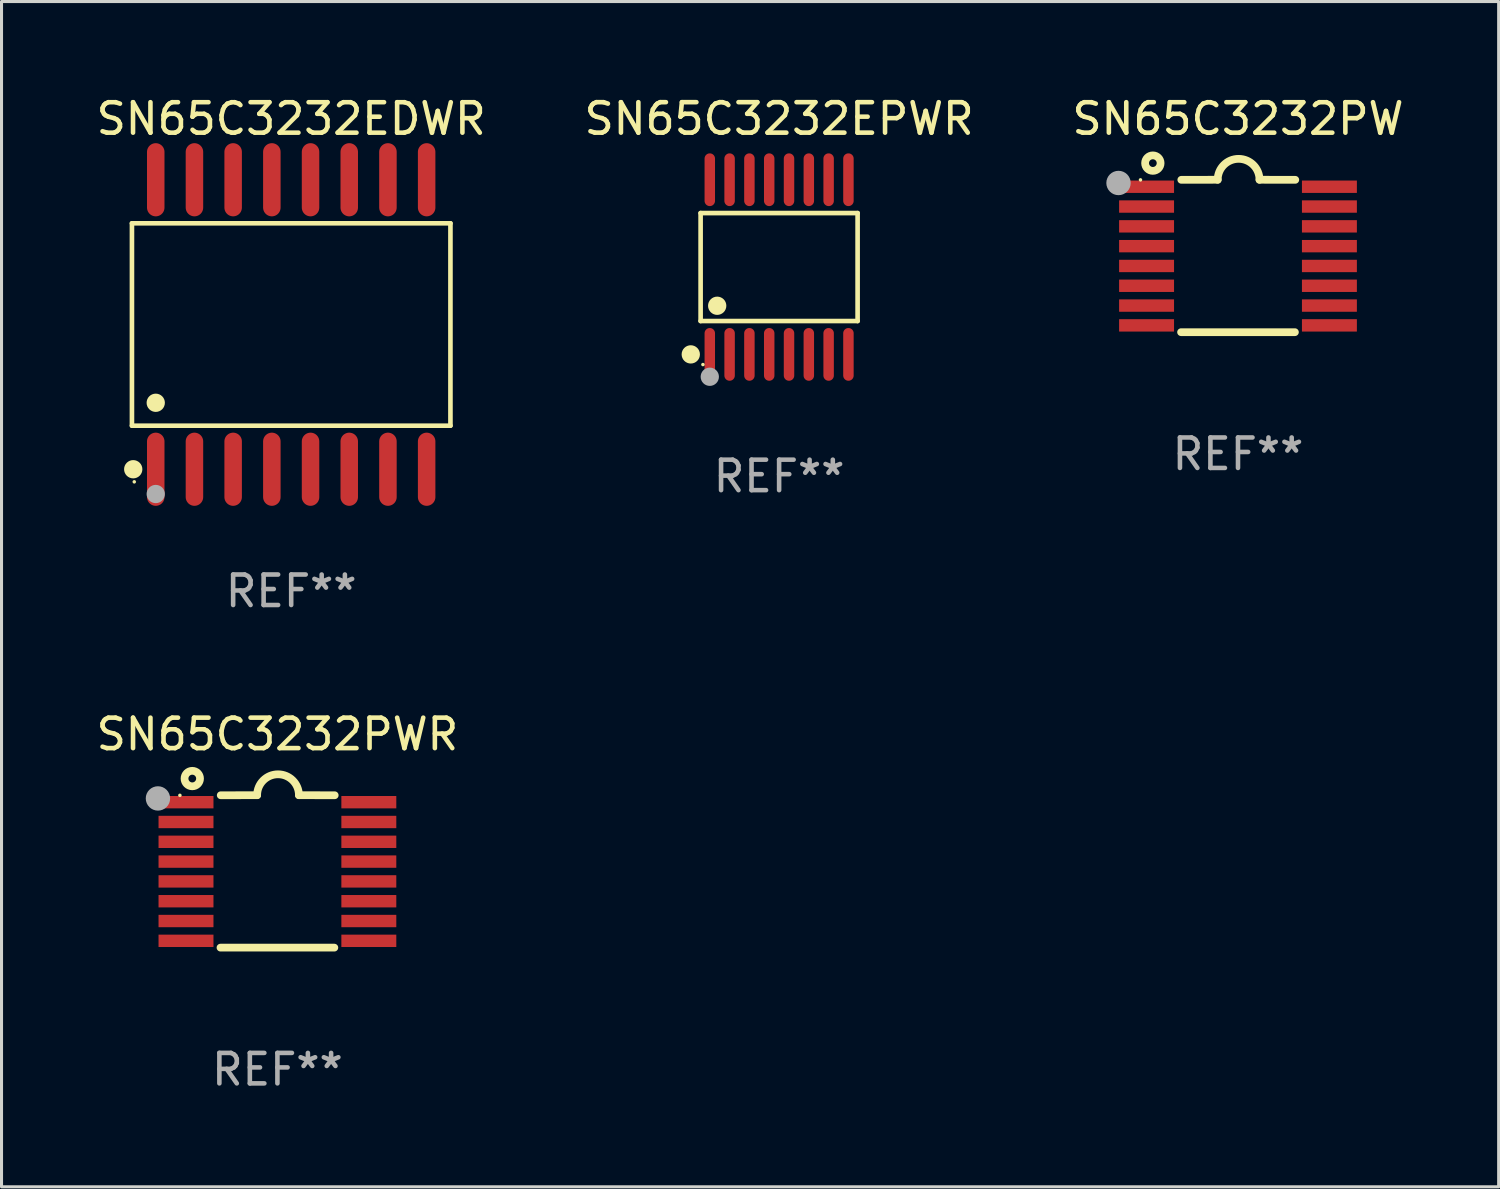
<source format=kicad_pcb>
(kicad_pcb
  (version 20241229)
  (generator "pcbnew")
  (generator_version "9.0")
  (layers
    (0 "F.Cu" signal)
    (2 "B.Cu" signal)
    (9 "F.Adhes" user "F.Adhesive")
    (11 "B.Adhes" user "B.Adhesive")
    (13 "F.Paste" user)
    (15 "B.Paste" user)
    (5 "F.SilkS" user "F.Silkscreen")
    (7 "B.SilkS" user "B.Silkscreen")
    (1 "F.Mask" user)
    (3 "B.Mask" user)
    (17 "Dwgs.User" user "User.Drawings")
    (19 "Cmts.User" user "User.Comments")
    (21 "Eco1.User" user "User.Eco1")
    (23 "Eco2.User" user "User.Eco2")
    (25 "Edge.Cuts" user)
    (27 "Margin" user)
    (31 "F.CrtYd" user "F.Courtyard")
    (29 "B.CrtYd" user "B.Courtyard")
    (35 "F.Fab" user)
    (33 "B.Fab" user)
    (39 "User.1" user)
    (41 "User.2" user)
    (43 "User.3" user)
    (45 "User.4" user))
  (footprint "SN65C3232PWR"
    (layer "F.Cu")
    (at 6.054 25.547)
    (property "Reference" "SN65C3232PWR" (at 0 -4.501 0) (layer "F.SilkS") (effects (font (size 1 1) (thickness 0.15))))
    (attr through_hole)
    (fp_line (start -1.868 2.501) (end 1.868 2.501) (stroke (width 0.254) (type solid)) (layer "F.SilkS"))
    (fp_line (start -1.86 -2.499) (end -0.666 -2.501) (stroke (width 0.254) (type solid)) (layer "F.SilkS"))
    (fp_line (start 0.706 -2.501) (end 1.88 -2.499) (stroke (width 0.254) (type solid)) (layer "F.SilkS"))
    (fp_arc (start -0.665914 -2.501448) (mid 0.019888 -3.18725) (end 0.70569 -2.501448) (stroke (width 0.254001) (type solid)) (layer "F.SilkS"))
    (fp_circle (center -3.2 -2.497) (end -3.17 -2.497) (stroke (width 0.06) (type solid)) (fill no) (layer "F.SilkS"))
    (fp_circle (center -2.794 -3.047) (end -2.54 -3.047) (stroke (width 0.254) (type solid)) (fill no) (layer "F.SilkS"))
    (fp_circle (center -3.921 -2.395) (end -3.721 -2.395) (stroke (width 0.4) (type solid)) (fill no) (layer "F.Fab"))
    (fp_text user "REF**" (at 0 6.501 0) (layer "F.Fab") (effects (font (size 1 1) (thickness 0.15))))
    (pad "1" smd rect (at -3 -2.272) (size 1.803 0.406) (layers "F.Cu" "F.Mask" "F.Paste"))
    (pad "2" smd rect (at -3 -1.622) (size 1.803 0.406) (layers "F.Cu" "F.Mask" "F.Paste"))
    (pad "3" smd rect (at -3 -0.972) (size 1.803 0.406) (layers "F.Cu" "F.Mask" "F.Paste"))
    (pad "4" smd rect (at -3 -0.322) (size 1.803 0.406) (layers "F.Cu" "F.Mask" "F.Paste"))
    (pad "5" smd rect (at -3 0.328) (size 1.803 0.406) (layers "F.Cu" "F.Mask" "F.Paste"))
    (pad "6" smd rect (at -3 0.978) (size 1.803 0.406) (layers "F.Cu" "F.Mask" "F.Paste"))
    (pad "7" smd rect (at -3 1.628) (size 1.803 0.406) (layers "F.Cu" "F.Mask" "F.Paste"))
    (pad "8" smd rect (at -3 2.278) (size 1.803 0.406) (layers "F.Cu" "F.Mask" "F.Paste"))
    (pad "9" smd rect (at 3 2.278) (size 1.803 0.406) (layers "F.Cu" "F.Mask" "F.Paste"))
    (pad "10" smd rect (at 3 1.628) (size 1.803 0.406) (layers "F.Cu" "F.Mask" "F.Paste"))
    (pad "11" smd rect (at 3 0.978) (size 1.803 0.406) (layers "F.Cu" "F.Mask" "F.Paste"))
    (pad "12" smd rect (at 3 0.328) (size 1.803 0.406) (layers "F.Cu" "F.Mask" "F.Paste"))
    (pad "13" smd rect (at 3 -0.322) (size 1.803 0.406) (layers "F.Cu" "F.Mask" "F.Paste"))
    (pad "14" smd rect (at 3 -0.972) (size 1.803 0.406) (layers "F.Cu" "F.Mask" "F.Paste"))
    (pad "15" smd rect (at 3 -1.622) (size 1.803 0.406) (layers "F.Cu" "F.Mask" "F.Paste"))
    (pad "16" smd rect (at 3 -2.272) (size 1.803 0.406) (layers "F.Cu" "F.Mask" "F.Paste")))
  (footprint "SN65C3232EPWR"
    (layer "F.Cu")
    (at 22.518 5.714)
    (property "Reference" "SN65C3232EPWR" (at 0 -4.866 0) (layer "F.SilkS") (effects (font (size 1 1) (thickness 0.15))))
    (attr through_hole)
    (fp_line (start -2.576 -1.772) (end 2.576 -1.772) (stroke (width 0.152) (type solid)) (layer "F.SilkS"))
    (fp_line (start -2.576 1.771) (end -2.576 -1.772) (stroke (width 0.152) (type solid)) (layer "F.SilkS"))
    (fp_line (start 2.576 -1.772) (end 2.576 1.771) (stroke (width 0.152) (type solid)) (layer "F.SilkS"))
    (fp_line (start 2.576 1.771) (end -2.576 1.771) (stroke (width 0.152) (type solid)) (layer "F.SilkS"))
    (fp_circle (center -2.899 2.866) (end -2.749 2.866) (stroke (width 0.3) (type solid)) (fill no) (layer "F.SilkS"))
    (fp_circle (center -2.5 3.2) (end -2.47 3.2) (stroke (width 0.06) (type solid)) (fill no) (layer "F.SilkS"))
    (fp_circle (center -2.032 1.27) (end -1.882 1.27) (stroke (width 0.3) (type solid)) (fill no) (layer "F.SilkS"))
    (fp_circle (center -2.275 3.6) (end -2.125 3.6) (stroke (width 0.3) (type solid)) (fill no) (layer "F.Fab"))
    (fp_text user "REF**" (at 0 6.866 0) (layer "F.Fab") (effects (font (size 1 1) (thickness 0.15))))
    (pad "1" smd oval (at -2.275 2.866) (size 0.343 1.731) (layers "F.Cu" "F.Mask" "F.Paste"))
    (pad "2" smd oval (at -1.625 2.866) (size 0.343 1.731) (layers "F.Cu" "F.Mask" "F.Paste"))
    (pad "3" smd oval (at -0.975 2.866) (size 0.343 1.731) (layers "F.Cu" "F.Mask" "F.Paste"))
    (pad "4" smd oval (at -0.325 2.866) (size 0.343 1.731) (layers "F.Cu" "F.Mask" "F.Paste"))
    (pad "5" smd oval (at 0.325 2.866) (size 0.343 1.731) (layers "F.Cu" "F.Mask" "F.Paste"))
    (pad "6" smd oval (at 0.975 2.866) (size 0.343 1.731) (layers "F.Cu" "F.Mask" "F.Paste"))
    (pad "7" smd oval (at 1.625 2.866) (size 0.343 1.731) (layers "F.Cu" "F.Mask" "F.Paste"))
    (pad "8" smd oval (at 2.275 2.866) (size 0.343 1.731) (layers "F.Cu" "F.Mask" "F.Paste"))
    (pad "9" smd oval (at 2.275 -2.866) (size 0.343 1.731) (layers "F.Cu" "F.Mask" "F.Paste"))
    (pad "10" smd oval (at 1.625 -2.866) (size 0.343 1.731) (layers "F.Cu" "F.Mask" "F.Paste"))
    (pad "11" smd oval (at 0.975 -2.866) (size 0.343 1.731) (layers "F.Cu" "F.Mask" "F.Paste"))
    (pad "12" smd oval (at 0.325 -2.866) (size 0.343 1.731) (layers "F.Cu" "F.Mask" "F.Paste"))
    (pad "13" smd oval (at -0.325 -2.866) (size 0.343 1.731) (layers "F.Cu" "F.Mask" "F.Paste"))
    (pad "14" smd oval (at -0.975 -2.866) (size 0.343 1.731) (layers "F.Cu" "F.Mask" "F.Paste"))
    (pad "15" smd oval (at -1.625 -2.866) (size 0.343 1.731) (layers "F.Cu" "F.Mask" "F.Paste"))
    (pad "16" smd oval (at -2.275 -2.866) (size 0.343 1.731) (layers "F.Cu" "F.Mask" "F.Paste")))
  (footprint "SN65C3232EDWR"
    (layer "F.Cu")
    (at 6.506 7.599)
    (property "Reference" "SN65C3232EDWR" (at 0 -6.75 0) (layer "F.SilkS") (effects (font (size 1 1) (thickness 0.15))))
    (attr through_hole)
    (fp_line (start -5.226 -3.321) (end 5.226 -3.321) (stroke (width 0.152) (type solid)) (layer "F.SilkS"))
    (fp_line (start -5.226 3.321) (end -5.226 -3.321) (stroke (width 0.152) (type solid)) (layer "F.SilkS"))
    (fp_line (start 5.226 -3.321) (end 5.226 3.321) (stroke (width 0.152) (type solid)) (layer "F.SilkS"))
    (fp_line (start 5.226 3.321) (end -5.226 3.321) (stroke (width 0.152) (type solid)) (layer "F.SilkS"))
    (fp_circle (center -5.184 4.75) (end -5.034 4.75) (stroke (width 0.3) (type solid)) (fill no) (layer "F.SilkS"))
    (fp_circle (center -5.15 5.163) (end -5.12 5.163) (stroke (width 0.06) (type solid)) (fill no) (layer "F.SilkS"))
    (fp_circle (center -4.445 2.569) (end -4.295 2.569) (stroke (width 0.3) (type solid)) (fill no) (layer "F.SilkS"))
    (fp_circle (center -4.445 5.563) (end -4.295 5.563) (stroke (width 0.3) (type solid)) (fill no) (layer "F.Fab"))
    (fp_text user "REF**" (at 0 8.75 0) (layer "F.Fab") (effects (font (size 1 1) (thickness 0.15))))
    (pad "1" smd oval (at -4.445 4.75) (size 0.574 2.401) (layers "F.Cu" "F.Mask" "F.Paste"))
    (pad "2" smd oval (at -3.175 4.75) (size 0.574 2.401) (layers "F.Cu" "F.Mask" "F.Paste"))
    (pad "3" smd oval (at -1.905 4.75) (size 0.574 2.401) (layers "F.Cu" "F.Mask" "F.Paste"))
    (pad "4" smd oval (at -0.635 4.75) (size 0.574 2.401) (layers "F.Cu" "F.Mask" "F.Paste"))
    (pad "5" smd oval (at 0.635 4.75) (size 0.574 2.401) (layers "F.Cu" "F.Mask" "F.Paste"))
    (pad "6" smd oval (at 1.905 4.75) (size 0.574 2.401) (layers "F.Cu" "F.Mask" "F.Paste"))
    (pad "7" smd oval (at 3.175 4.75) (size 0.574 2.401) (layers "F.Cu" "F.Mask" "F.Paste"))
    (pad "8" smd oval (at 4.445 4.75) (size 0.574 2.401) (layers "F.Cu" "F.Mask" "F.Paste"))
    (pad "9" smd oval (at 4.445 -4.75) (size 0.574 2.401) (layers "F.Cu" "F.Mask" "F.Paste"))
    (pad "10" smd oval (at 3.175 -4.75) (size 0.574 2.401) (layers "F.Cu" "F.Mask" "F.Paste"))
    (pad "11" smd oval (at 1.905 -4.75) (size 0.574 2.401) (layers "F.Cu" "F.Mask" "F.Paste"))
    (pad "12" smd oval (at 0.635 -4.75) (size 0.574 2.401) (layers "F.Cu" "F.Mask" "F.Paste"))
    (pad "13" smd oval (at -0.635 -4.75) (size 0.574 2.401) (layers "F.Cu" "F.Mask" "F.Paste"))
    (pad "14" smd oval (at -1.905 -4.75) (size 0.574 2.401) (layers "F.Cu" "F.Mask" "F.Paste"))
    (pad "15" smd oval (at -3.175 -4.75) (size 0.574 2.401) (layers "F.Cu" "F.Mask" "F.Paste"))
    (pad "16" smd oval (at -4.445 -4.75) (size 0.574 2.401) (layers "F.Cu" "F.Mask" "F.Paste")))
  (footprint "SN65C3232PW"
    (layer "F.Cu")
    (at 37.577 5.35)
    (property "Reference" "SN65C3232PW" (at 0 -4.501 0) (layer "F.SilkS") (effects (font (size 1 1) (thickness 0.15))))
    (attr through_hole)
    (fp_line (start -1.868 2.501) (end 1.868 2.501) (stroke (width 0.254) (type solid)) (layer "F.SilkS"))
    (fp_line (start -1.86 -2.499) (end -0.666 -2.501) (stroke (width 0.254) (type solid)) (layer "F.SilkS"))
    (fp_line (start 0.706 -2.501) (end 1.88 -2.499) (stroke (width 0.254) (type solid)) (layer "F.SilkS"))
    (fp_arc (start -0.665914 -2.501448) (mid 0.019888 -3.18725) (end 0.70569 -2.501448) (stroke (width 0.254001) (type solid)) (layer "F.SilkS"))
    (fp_circle (center -3.2 -2.497) (end -3.17 -2.497) (stroke (width 0.06) (type solid)) (fill no) (layer "F.SilkS"))
    (fp_circle (center -2.794 -3.047) (end -2.54 -3.047) (stroke (width 0.254) (type solid)) (fill no) (layer "F.SilkS"))
    (fp_circle (center -3.921 -2.395) (end -3.721 -2.395) (stroke (width 0.4) (type solid)) (fill no) (layer "F.Fab"))
    (fp_text user "REF**" (at 0 6.501 0) (layer "F.Fab") (effects (font (size 1 1) (thickness 0.15))))
    (pad "1" smd rect (at -3 -2.272) (size 1.803 0.406) (layers "F.Cu" "F.Mask" "F.Paste"))
    (pad "2" smd rect (at -3 -1.622) (size 1.803 0.406) (layers "F.Cu" "F.Mask" "F.Paste"))
    (pad "3" smd rect (at -3 -0.972) (size 1.803 0.406) (layers "F.Cu" "F.Mask" "F.Paste"))
    (pad "4" smd rect (at -3 -0.322) (size 1.803 0.406) (layers "F.Cu" "F.Mask" "F.Paste"))
    (pad "5" smd rect (at -3 0.328) (size 1.803 0.406) (layers "F.Cu" "F.Mask" "F.Paste"))
    (pad "6" smd rect (at -3 0.978) (size 1.803 0.406) (layers "F.Cu" "F.Mask" "F.Paste"))
    (pad "7" smd rect (at -3 1.628) (size 1.803 0.406) (layers "F.Cu" "F.Mask" "F.Paste"))
    (pad "8" smd rect (at -3 2.278) (size 1.803 0.406) (layers "F.Cu" "F.Mask" "F.Paste"))
    (pad "9" smd rect (at 3 2.278) (size 1.803 0.406) (layers "F.Cu" "F.Mask" "F.Paste"))
    (pad "10" smd rect (at 3 1.628) (size 1.803 0.406) (layers "F.Cu" "F.Mask" "F.Paste"))
    (pad "11" smd rect (at 3 0.978) (size 1.803 0.406) (layers "F.Cu" "F.Mask" "F.Paste"))
    (pad "12" smd rect (at 3 0.328) (size 1.803 0.406) (layers "F.Cu" "F.Mask" "F.Paste"))
    (pad "13" smd rect (at 3 -0.322) (size 1.803 0.406) (layers "F.Cu" "F.Mask" "F.Paste"))
    (pad "14" smd rect (at 3 -0.972) (size 1.803 0.406) (layers "F.Cu" "F.Mask" "F.Paste"))
    (pad "15" smd rect (at 3 -1.622) (size 1.803 0.406) (layers "F.Cu" "F.Mask" "F.Paste"))
    (pad "16" smd rect (at 3 -2.272) (size 1.803 0.406) (layers "F.Cu" "F.Mask" "F.Paste")))
  (gr_rect
    (start -3 -3)
    (end 46.131 35.897)
    (stroke (width 0.1) (type default))
    (fill no)
    (layer "Edge.Cuts")))
</source>
